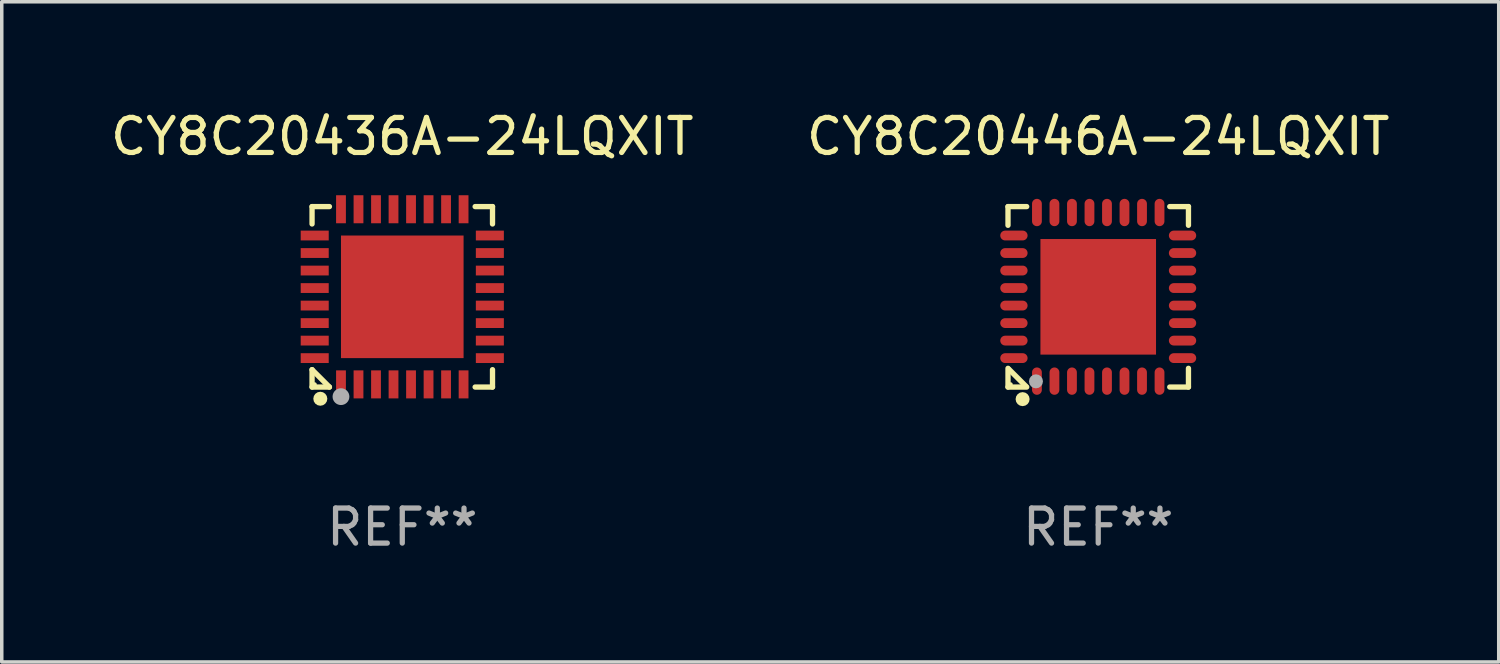
<source format=kicad_pcb>
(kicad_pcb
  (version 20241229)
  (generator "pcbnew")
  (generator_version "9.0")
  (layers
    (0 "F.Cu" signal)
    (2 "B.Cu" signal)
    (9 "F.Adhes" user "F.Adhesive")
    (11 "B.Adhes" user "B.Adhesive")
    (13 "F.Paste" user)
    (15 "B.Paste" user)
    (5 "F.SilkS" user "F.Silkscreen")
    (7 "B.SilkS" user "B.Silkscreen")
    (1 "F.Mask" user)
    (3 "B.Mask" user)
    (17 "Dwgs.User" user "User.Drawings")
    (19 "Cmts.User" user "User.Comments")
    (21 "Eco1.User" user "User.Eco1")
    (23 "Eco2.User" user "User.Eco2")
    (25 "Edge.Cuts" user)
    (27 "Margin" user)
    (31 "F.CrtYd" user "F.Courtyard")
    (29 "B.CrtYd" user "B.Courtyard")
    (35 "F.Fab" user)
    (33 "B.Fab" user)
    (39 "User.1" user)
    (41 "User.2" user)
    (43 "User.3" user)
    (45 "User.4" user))
  (footprint "CY8C20446A-24LQXIT"
    (layer "F.Cu")
    (at 28.304 5.424)
    (property "Reference" "CY8C20446A-24LQXIT" (at 0 -4.576 0) (layer "F.SilkS") (effects (font (size 1 1) (thickness 0.15))))
    (attr through_hole)
    (fp_line (start -2.576 -2.576) (end -2.576 -2.042) (stroke (width 0.152) (type solid)) (layer "F.SilkS"))
    (fp_line (start -2.576 2.576) (end -2.576 2.042) (stroke (width 0.152) (type solid)) (layer "F.SilkS"))
    (fp_line (start -2.549 2.069) (end -2.069 2.549) (stroke (width 0.152) (type solid)) (layer "F.SilkS"))
    (fp_line (start -2.042 -2.576) (end -2.576 -2.576) (stroke (width 0.152) (type solid)) (layer "F.SilkS"))
    (fp_line (start -2.042 2.576) (end -2.576 2.576) (stroke (width 0.152) (type solid)) (layer "F.SilkS"))
    (fp_line (start 2.042 -2.576) (end 2.576 -2.576) (stroke (width 0.152) (type solid)) (layer "F.SilkS"))
    (fp_line (start 2.042 2.576) (end 2.576 2.576) (stroke (width 0.152) (type solid)) (layer "F.SilkS"))
    (fp_line (start 2.576 -2.576) (end 2.576 -2.042) (stroke (width 0.152) (type solid)) (layer "F.SilkS"))
    (fp_line (start 2.576 2.576) (end 2.576 2.042) (stroke (width 0.152) (type solid)) (layer "F.SilkS"))
    (fp_circle (center -2.5 2.5) (end -2.47 2.5) (stroke (width 0.06) (type solid)) (fill no) (layer "F.SilkS"))
    (fp_circle (center -2.159 2.921) (end -2.059 2.921) (stroke (width 0.2) (type solid)) (fill no) (layer "F.SilkS"))
    (fp_circle (center -1.778 2.413) (end -1.678 2.413) (stroke (width 0.2) (type solid)) (fill no) (layer "F.Fab"))
    (fp_text user "REF**" (at 0 6.576 0) (layer "F.Fab") (effects (font (size 1 1) (thickness 0.15))))
    (pad "1" smd oval (at -1.75 2.407 90) (size 0.78 0.28) (layers "F.Cu" "F.Mask" "F.Paste"))
    (pad "2" smd oval (at -1.25 2.407 90) (size 0.78 0.28) (layers "F.Cu" "F.Mask" "F.Paste"))
    (pad "3" smd oval (at -0.75 2.407 90) (size 0.78 0.28) (layers "F.Cu" "F.Mask" "F.Paste"))
    (pad "4" smd oval (at -0.25 2.407 90) (size 0.78 0.28) (layers "F.Cu" "F.Mask" "F.Paste"))
    (pad "5" smd oval (at 0.25 2.407 90) (size 0.78 0.28) (layers "F.Cu" "F.Mask" "F.Paste"))
    (pad "6" smd oval (at 0.75 2.407 90) (size 0.78 0.28) (layers "F.Cu" "F.Mask" "F.Paste"))
    (pad "7" smd oval (at 1.25 2.407 90) (size 0.78 0.28) (layers "F.Cu" "F.Mask" "F.Paste"))
    (pad "8" smd oval (at 1.75 2.407 90) (size 0.78 0.28) (layers "F.Cu" "F.Mask" "F.Paste"))
    (pad "9" smd oval (at 2.407 1.75 90) (size 0.28 0.78) (layers "F.Cu" "F.Mask" "F.Paste"))
    (pad "10" smd oval (at 2.407 1.25 90) (size 0.28 0.78) (layers "F.Cu" "F.Mask" "F.Paste"))
    (pad "11" smd oval (at 2.407 0.75 90) (size 0.28 0.78) (layers "F.Cu" "F.Mask" "F.Paste"))
    (pad "12" smd oval (at 2.407 0.25 90) (size 0.28 0.78) (layers "F.Cu" "F.Mask" "F.Paste"))
    (pad "13" smd oval (at 2.407 -0.25 90) (size 0.28 0.78) (layers "F.Cu" "F.Mask" "F.Paste"))
    (pad "14" smd oval (at 2.407 -0.75 90) (size 0.28 0.78) (layers "F.Cu" "F.Mask" "F.Paste"))
    (pad "15" smd oval (at 2.407 -1.25 90) (size 0.28 0.78) (layers "F.Cu" "F.Mask" "F.Paste"))
    (pad "16" smd oval (at 2.407 -1.75 90) (size 0.28 0.78) (layers "F.Cu" "F.Mask" "F.Paste"))
    (pad "17" smd oval (at 1.75 -2.407 90) (size 0.78 0.28) (layers "F.Cu" "F.Mask" "F.Paste"))
    (pad "18" smd oval (at 1.25 -2.407 90) (size 0.78 0.28) (layers "F.Cu" "F.Mask" "F.Paste"))
    (pad "19" smd oval (at 0.75 -2.407 90) (size 0.78 0.28) (layers "F.Cu" "F.Mask" "F.Paste"))
    (pad "20" smd oval (at 0.25 -2.407 90) (size 0.78 0.28) (layers "F.Cu" "F.Mask" "F.Paste"))
    (pad "21" smd oval (at -0.25 -2.407 90) (size 0.78 0.28) (layers "F.Cu" "F.Mask" "F.Paste"))
    (pad "22" smd oval (at -0.75 -2.407 90) (size 0.78 0.28) (layers "F.Cu" "F.Mask" "F.Paste"))
    (pad "23" smd oval (at -1.25 -2.407 90) (size 0.78 0.28) (layers "F.Cu" "F.Mask" "F.Paste"))
    (pad "24" smd oval (at -1.75 -2.407 90) (size 0.78 0.28) (layers "F.Cu" "F.Mask" "F.Paste"))
    (pad "25" smd oval (at -2.407 -1.75 90) (size 0.28 0.78) (layers "F.Cu" "F.Mask" "F.Paste"))
    (pad "26" smd oval (at -2.407 -1.25 90) (size 0.28 0.78) (layers "F.Cu" "F.Mask" "F.Paste"))
    (pad "27" smd oval (at -2.407 -0.75 90) (size 0.28 0.78) (layers "F.Cu" "F.Mask" "F.Paste"))
    (pad "28" smd oval (at -2.407 -0.25 90) (size 0.28 0.78) (layers "F.Cu" "F.Mask" "F.Paste"))
    (pad "29" smd oval (at -2.407 0.25 90) (size 0.28 0.78) (layers "F.Cu" "F.Mask" "F.Paste"))
    (pad "30" smd oval (at -2.407 0.75 90) (size 0.28 0.78) (layers "F.Cu" "F.Mask" "F.Paste"))
    (pad "31" smd oval (at -2.407 1.25 90) (size 0.28 0.78) (layers "F.Cu" "F.Mask" "F.Paste"))
    (pad "32" smd oval (at -2.407 1.75 90) (size 0.28 0.78) (layers "F.Cu" "F.Mask" "F.Paste"))
    (pad "33" smd rect (at 0 0 90) (size 3.3 3.3) (layers "F.Cu" "F.Mask" "F.Paste")))
  (footprint "CY8C20436A-24LQXIT"
    (layer "F.Cu")
    (at 8.435 5.424)
    (property "Reference" "CY8C20436A-24LQXIT" (at 0 -4.576 0) (layer "F.SilkS") (effects (font (size 1 1) (thickness 0.15))))
    (attr through_hole)
    (fp_line (start -2.576 -2.576) (end -2.08 -2.576) (stroke (width 0.152) (type solid)) (layer "F.SilkS"))
    (fp_line (start -2.576 -2.08) (end -2.576 -2.576) (stroke (width 0.152) (type solid)) (layer "F.SilkS"))
    (fp_line (start -2.576 2.08) (end -2.576 2.576) (stroke (width 0.152) (type solid)) (layer "F.SilkS"))
    (fp_line (start -2.576 2.08) (end -2.08 2.576) (stroke (width 0.152) (type solid)) (layer "F.SilkS"))
    (fp_line (start -2.576 2.576) (end -2.08 2.576) (stroke (width 0.152) (type solid)) (layer "F.SilkS"))
    (fp_line (start 2.576 -2.576) (end 2.08 -2.576) (stroke (width 0.152) (type solid)) (layer "F.SilkS"))
    (fp_line (start 2.576 -2.08) (end 2.576 -2.576) (stroke (width 0.152) (type solid)) (layer "F.SilkS"))
    (fp_line (start 2.576 2.08) (end 2.576 2.576) (stroke (width 0.152) (type solid)) (layer "F.SilkS"))
    (fp_line (start 2.576 2.576) (end 2.08 2.576) (stroke (width 0.152) (type solid)) (layer "F.SilkS"))
    (fp_circle (center -2.5 2.5) (end -2.47 2.5) (stroke (width 0.06) (type solid)) (fill no) (layer "F.SilkS"))
    (fp_circle (center -2.34 2.91) (end -2.24 2.91) (stroke (width 0.2) (type solid)) (fill no) (layer "F.SilkS"))
    (fp_circle (center -1.75 2.85) (end -1.63 2.85) (stroke (width 0.24) (type solid)) (fill no) (layer "F.Fab"))
    (fp_text user "REF**" (at 0 6.576 0) (layer "F.Fab") (effects (font (size 1 1) (thickness 0.15))))
    (pad "1" smd rect (at -1.75 2.5) (size 0.28 0.8) (layers "F.Cu" "F.Mask" "F.Paste"))
    (pad "2" smd rect (at -1.25 2.5) (size 0.28 0.8) (layers "F.Cu" "F.Mask" "F.Paste"))
    (pad "3" smd rect (at -0.75 2.5) (size 0.28 0.8) (layers "F.Cu" "F.Mask" "F.Paste"))
    (pad "4" smd rect (at -0.25 2.5) (size 0.28 0.8) (layers "F.Cu" "F.Mask" "F.Paste"))
    (pad "5" smd rect (at 0.25 2.5) (size 0.28 0.8) (layers "F.Cu" "F.Mask" "F.Paste"))
    (pad "6" smd rect (at 0.75 2.5) (size 0.28 0.8) (layers "F.Cu" "F.Mask" "F.Paste"))
    (pad "7" smd rect (at 1.25 2.5) (size 0.28 0.8) (layers "F.Cu" "F.Mask" "F.Paste"))
    (pad "8" smd rect (at 1.75 2.5) (size 0.28 0.8) (layers "F.Cu" "F.Mask" "F.Paste"))
    (pad "9" smd rect (at 2.5 1.75) (size 0.8 0.28) (layers "F.Cu" "F.Mask" "F.Paste"))
    (pad "10" smd rect (at 2.5 1.25) (size 0.8 0.28) (layers "F.Cu" "F.Mask" "F.Paste"))
    (pad "11" smd rect (at 2.5 0.75) (size 0.8 0.28) (layers "F.Cu" "F.Mask" "F.Paste"))
    (pad "12" smd rect (at 2.5 0.25) (size 0.8 0.28) (layers "F.Cu" "F.Mask" "F.Paste"))
    (pad "13" smd rect (at 2.5 -0.25) (size 0.8 0.28) (layers "F.Cu" "F.Mask" "F.Paste"))
    (pad "14" smd rect (at 2.5 -0.75) (size 0.8 0.28) (layers "F.Cu" "F.Mask" "F.Paste"))
    (pad "15" smd rect (at 2.5 -1.25) (size 0.8 0.28) (layers "F.Cu" "F.Mask" "F.Paste"))
    (pad "16" smd rect (at 2.5 -1.75) (size 0.8 0.28) (layers "F.Cu" "F.Mask" "F.Paste"))
    (pad "17" smd rect (at 1.75 -2.5) (size 0.28 0.8) (layers "F.Cu" "F.Mask" "F.Paste"))
    (pad "18" smd rect (at 1.25 -2.5) (size 0.28 0.8) (layers "F.Cu" "F.Mask" "F.Paste"))
    (pad "19" smd rect (at 0.75 -2.5) (size 0.28 0.8) (layers "F.Cu" "F.Mask" "F.Paste"))
    (pad "20" smd rect (at 0.25 -2.5) (size 0.28 0.8) (layers "F.Cu" "F.Mask" "F.Paste"))
    (pad "21" smd rect (at -0.25 -2.5) (size 0.28 0.8) (layers "F.Cu" "F.Mask" "F.Paste"))
    (pad "22" smd rect (at -0.75 -2.5) (size 0.28 0.8) (layers "F.Cu" "F.Mask" "F.Paste"))
    (pad "23" smd rect (at -1.25 -2.5) (size 0.28 0.8) (layers "F.Cu" "F.Mask" "F.Paste"))
    (pad "24" smd rect (at -1.75 -2.5) (size 0.28 0.8) (layers "F.Cu" "F.Mask" "F.Paste"))
    (pad "25" smd rect (at -2.5 -1.75) (size 0.8 0.28) (layers "F.Cu" "F.Mask" "F.Paste"))
    (pad "26" smd rect (at -2.5 -1.25) (size 0.8 0.28) (layers "F.Cu" "F.Mask" "F.Paste"))
    (pad "27" smd rect (at -2.5 -0.75) (size 0.8 0.28) (layers "F.Cu" "F.Mask" "F.Paste"))
    (pad "28" smd rect (at -2.5 -0.25) (size 0.8 0.28) (layers "F.Cu" "F.Mask" "F.Paste"))
    (pad "29" smd rect (at -2.5 0.25) (size 0.8 0.28) (layers "F.Cu" "F.Mask" "F.Paste"))
    (pad "30" smd rect (at -2.5 0.75) (size 0.8 0.28) (layers "F.Cu" "F.Mask" "F.Paste"))
    (pad "31" smd rect (at -2.5 1.25) (size 0.8 0.28) (layers "F.Cu" "F.Mask" "F.Paste"))
    (pad "32" smd rect (at -2.5 1.75) (size 0.8 0.28) (layers "F.Cu" "F.Mask" "F.Paste"))
    (pad "33" smd rect (at 0 0) (size 3.5 3.5) (layers "F.Cu" "F.Mask" "F.Paste")))
  (gr_rect
    (start -3 -3)
    (end 39.738 15.849)
    (stroke (width 0.1) (type default))
    (fill no)
    (layer "Edge.Cuts")))
</source>
